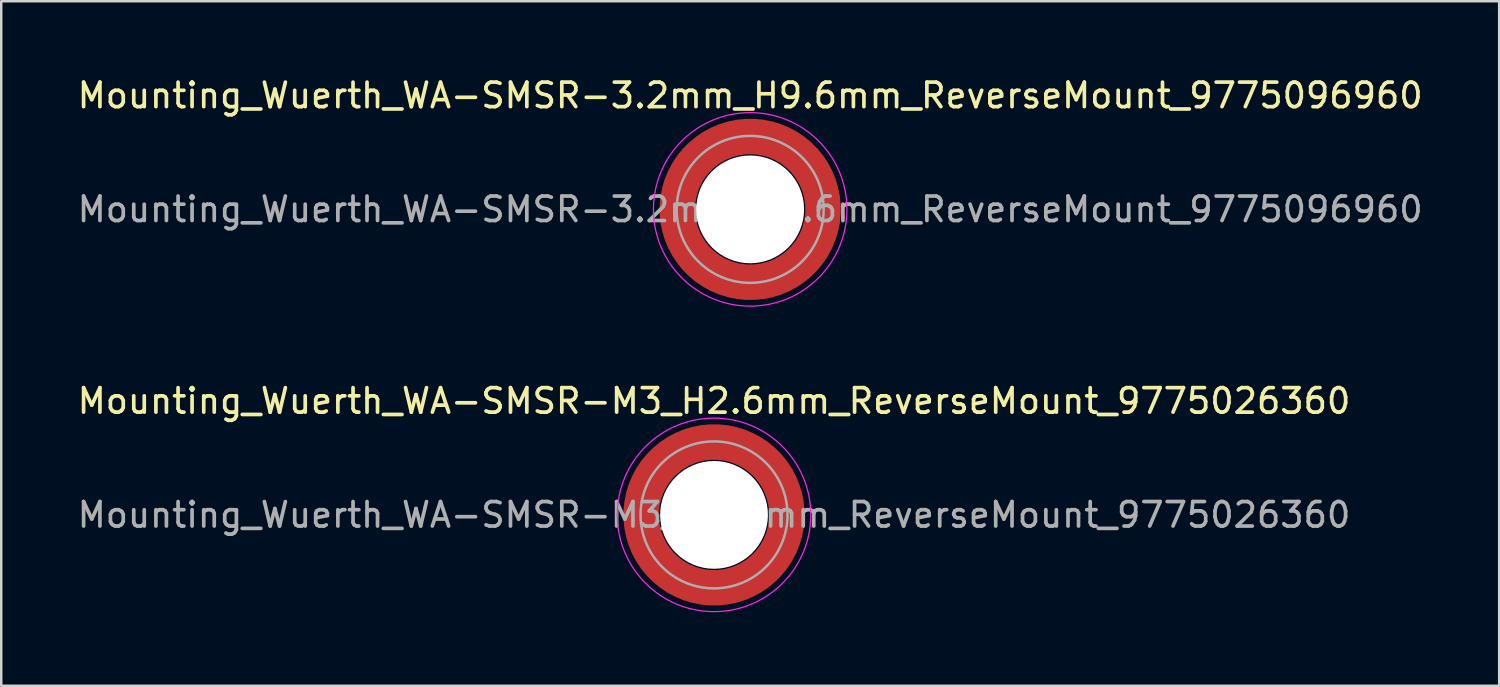
<source format=kicad_pcb>
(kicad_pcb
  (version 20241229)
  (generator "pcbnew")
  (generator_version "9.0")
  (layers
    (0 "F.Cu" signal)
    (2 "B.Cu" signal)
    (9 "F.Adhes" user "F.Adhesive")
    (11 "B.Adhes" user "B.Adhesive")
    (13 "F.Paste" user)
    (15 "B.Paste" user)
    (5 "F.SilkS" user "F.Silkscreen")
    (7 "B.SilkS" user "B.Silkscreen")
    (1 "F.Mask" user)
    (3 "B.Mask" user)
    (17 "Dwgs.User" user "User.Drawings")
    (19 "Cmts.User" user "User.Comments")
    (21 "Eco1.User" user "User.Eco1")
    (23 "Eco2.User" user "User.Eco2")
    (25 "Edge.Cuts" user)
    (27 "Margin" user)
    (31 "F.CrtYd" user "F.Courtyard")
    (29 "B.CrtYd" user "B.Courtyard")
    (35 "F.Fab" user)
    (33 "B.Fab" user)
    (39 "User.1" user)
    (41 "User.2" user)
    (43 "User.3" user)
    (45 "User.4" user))
  (footprint "Mounting_Wuerth_WA-SMSR-3.2mm_H9.6mm_ReverseMount_9775096960"
    (layer "F.Cu")
    (at 27.577 5.498)
    (property "Reference" "Mounting_Wuerth_WA-SMSR-3.2mm_H9.6mm_ReverseMount_9775096960" (at 0 -4.65 0) (layer "F.SilkS") (effects (font (size 1 1) (thickness 0.15))))
    (attr smd)
    (fp_circle (center 0 0) (end 3.95 0) (stroke (width 0.05) (type solid)) (fill no) (layer "F.CrtYd"))
    (fp_circle (center 0 0) (end 3 0) (stroke (width 0.1) (type solid)) (fill no) (layer "F.Fab"))
    (fp_text user "${REFERENCE}" (at 0 0 0) (layer "F.Fab") (effects (font (size 1 1) (thickness 0.15))))
    (pad "" smd custom (at -2.095 -2.095) (size 0.945 0.945) (layers "F.Paste") (options (anchor circle)) (primitives (gr_arc (start -0.24231 1.594804) (mid 0.404104 0.405534) (end 1.592827 -0.241886) (width 0.2)) (gr_arc (start -0.3398 1.594804) (mid 0.335987 0.338711) (end 1.591031 -0.339022) (width 0.2)) (gr_arc (start -0.437132 1.594804) (mid 0.268952 0.270807) (end 1.592231 -0.436623) (width 0.2)) (gr_arc (start -0.534324 1.594804) (mid 0.201345 0.203474) (end 1.591846 -0.53376) (width 0.2)) (gr_arc (start -0.631391 1.594804) (mid 0.134696 0.135183) (end 1.594126 -0.631267) (width 0.2)) (gr_arc (start -0.728345 1.594804) (mid 0.067234 0.067705) (end 1.594149 -0.728229) (width 0.2)) (gr_arc (start -0.825197 1.594804) (mid -0.001218 0.001219) (end 1.591408 -0.824614) (width 0.2)) (gr_arc (start -0.921958 1.594804) (mid -0.068952 -0.065985) (end 1.590665 -0.921269) (width 0.2)) (gr_arc (start -1.018637 1.594804) (mid -0.135972 -0.133906) (end 1.59192 -1.018172) (width 0.2)) (gr_arc (start -1.115239 1.594804) (mid -0.20428 -0.200537) (end 1.589574 -1.11442) (width 0.2)) (gr_arc (start -1.211773 1.594804) (mid -0.26993 -0.269828) (end 1.594662 -1.211752) (width 0.2)) (gr_arc (start -1.308244 1.594804) (mid -0.33911 -0.335587) (end 1.589875 -1.307516) (width 0.2)) (gr_arc (start -1.404657 1.594804) (mid -0.405633 -0.404004) (end 1.592524 -1.404331) (width 0.2)) (gr_arc (start -1.404657 1.594804) (mid -0.405633 -0.404004) (end 1.592524 -1.404331) (width 0.2)) (gr_line (start 1.595 -0.242) (end 1.595 -1.405) (width 0.2)) (gr_line (start -0.242 1.595) (end -1.405 1.595) (width 0.2))))
    (pad "" smd custom (at -2.095 2.095) (size 0.945 0.945) (layers "F.Paste") (options (anchor circle)) (primitives (gr_arc (start 1.594804 0.24231) (mid 0.405534 -0.404104) (end -0.241886 -1.592827) (width 0.2)) (gr_arc (start 1.594804 0.3398) (mid 0.338711 -0.335987) (end -0.339022 -1.591031) (width 0.2)) (gr_arc (start 1.594804 0.437132) (mid 0.270807 -0.268952) (end -0.436623 -1.592231) (width 0.2)) (gr_arc (start 1.594804 0.534324) (mid 0.203474 -0.201345) (end -0.53376 -1.591846) (width 0.2)) (gr_arc (start 1.594804 0.631391) (mid 0.135183 -0.134696) (end -0.631267 -1.594126) (width 0.2)) (gr_arc (start 1.594804 0.728345) (mid 0.067705 -0.067234) (end -0.728229 -1.594149) (width 0.2)) (gr_arc (start 1.594804 0.825197) (mid 0.001219 0.001218) (end -0.824614 -1.591408) (width 0.2)) (gr_arc (start 1.594804 0.921958) (mid -0.065985 0.068952) (end -0.921269 -1.590665) (width 0.2)) (gr_arc (start 1.594804 1.018637) (mid -0.133906 0.135972) (end -1.018172 -1.59192) (width 0.2)) (gr_arc (start 1.594804 1.115239) (mid -0.200537 0.20428) (end -1.11442 -1.589574) (width 0.2)) (gr_arc (start 1.594804 1.211773) (mid -0.269828 0.26993) (end -1.211752 -1.594662) (width 0.2)) (gr_arc (start 1.594804 1.308244) (mid -0.335587 0.33911) (end -1.307516 -1.589875) (width 0.2)) (gr_arc (start 1.594804 1.404657) (mid -0.404004 0.405633) (end -1.404331 -1.592524) (width 0.2)) (gr_arc (start 1.594804 1.404657) (mid -0.404004 0.405633) (end -1.404331 -1.592524) (width 0.2)) (gr_line (start -0.242 -1.595) (end -1.405 -1.595) (width 0.2)) (gr_line (start 1.595 0.242) (end 1.595 1.405) (width 0.2))))
    (pad "" np_thru_hole circle (at 0 0) (size 4.4 4.4) (drill 4.4) (layers "*.Cu" "*.Mask"))
    (pad "" smd custom (at 2.095 -2.095) (size 0.945 0.945) (layers "F.Paste") (options (anchor circle)) (primitives (gr_arc (start -1.594804 -0.24231) (mid -0.405534 0.404104) (end 0.241886 1.592827) (width 0.2)) (gr_arc (start -1.594804 -0.3398) (mid -0.338711 0.335987) (end 0.339022 1.591031) (width 0.2)) (gr_arc (start -1.594804 -0.437132) (mid -0.270807 0.268952) (end 0.436623 1.592231) (width 0.2)) (gr_arc (start -1.594804 -0.534324) (mid -0.203474 0.201345) (end 0.53376 1.591846) (width 0.2)) (gr_arc (start -1.594804 -0.631391) (mid -0.135183 0.134696) (end 0.631267 1.594126) (width 0.2)) (gr_arc (start -1.594804 -0.728345) (mid -0.067705 0.067234) (end 0.728229 1.594149) (width 0.2)) (gr_arc (start -1.594804 -0.825197) (mid -0.001219 -0.001218) (end 0.824614 1.591408) (width 0.2)) (gr_arc (start -1.594804 -0.921958) (mid 0.065985 -0.068952) (end 0.921269 1.590665) (width 0.2)) (gr_arc (start -1.594804 -1.018637) (mid 0.133906 -0.135972) (end 1.018172 1.59192) (width 0.2)) (gr_arc (start -1.594804 -1.115239) (mid 0.200537 -0.20428) (end 1.11442 1.589574) (width 0.2)) (gr_arc (start -1.594804 -1.211773) (mid 0.269828 -0.26993) (end 1.211752 1.594662) (width 0.2)) (gr_arc (start -1.594804 -1.308244) (mid 0.335587 -0.33911) (end 1.307516 1.589875) (width 0.2)) (gr_arc (start -1.594804 -1.404657) (mid 0.404004 -0.405633) (end 1.404331 1.592524) (width 0.2)) (gr_arc (start -1.594804 -1.404657) (mid 0.404004 -0.405633) (end 1.404331 1.592524) (width 0.2)) (gr_line (start 0.242 1.595) (end 1.405 1.595) (width 0.2)) (gr_line (start -1.595 -0.242) (end -1.595 -1.405) (width 0.2))))
    (pad "" smd custom (at 2.095 2.095) (size 0.945 0.945) (layers "F.Paste") (options (anchor circle)) (primitives (gr_arc (start 0.24231 -1.594804) (mid -0.404104 -0.405534) (end -1.592827 0.241886) (width 0.2)) (gr_arc (start 0.3398 -1.594804) (mid -0.335987 -0.338711) (end -1.591031 0.339022) (width 0.2)) (gr_arc (start 0.437132 -1.594804) (mid -0.268952 -0.270807) (end -1.592231 0.436623) (width 0.2)) (gr_arc (start 0.534324 -1.594804) (mid -0.201345 -0.203474) (end -1.591846 0.53376) (width 0.2)) (gr_arc (start 0.631391 -1.594804) (mid -0.134696 -0.135183) (end -1.594126 0.631267) (width 0.2)) (gr_arc (start 0.728345 -1.594804) (mid -0.067234 -0.067705) (end -1.594149 0.728229) (width 0.2)) (gr_arc (start 0.825197 -1.594804) (mid 0.001218 -0.001219) (end -1.591408 0.824614) (width 0.2)) (gr_arc (start 0.921958 -1.594804) (mid 0.068952 0.065985) (end -1.590665 0.921269) (width 0.2)) (gr_arc (start 1.018637 -1.594804) (mid 0.135972 0.133906) (end -1.59192 1.018172) (width 0.2)) (gr_arc (start 1.115239 -1.594804) (mid 0.20428 0.200537) (end -1.589574 1.11442) (width 0.2)) (gr_arc (start 1.211773 -1.594804) (mid 0.26993 0.269828) (end -1.594662 1.211752) (width 0.2)) (gr_arc (start 1.308244 -1.594804) (mid 0.33911 0.335587) (end -1.589875 1.307516) (width 0.2)) (gr_arc (start 1.404657 -1.594804) (mid 0.405633 0.404004) (end -1.592524 1.404331) (width 0.2)) (gr_arc (start 1.404657 -1.594804) (mid 0.405633 0.404004) (end -1.592524 1.404331) (width 0.2)) (gr_line (start -1.595 0.242) (end -1.595 1.405) (width 0.2)) (gr_line (start 0.242 -1.595) (end 1.405 -1.595) (width 0.2))))
    (pad "1" smd circle (at -2.975 0) (size 1.05 1.05) (layers "F.Cu"))
    (pad "1" smd circle (at 0 -2.975) (size 1.05 1.05) (layers "F.Cu"))
    (pad "1" smd circle (at 0 2.975) (size 1.05 1.05) (layers "F.Cu"))
    (pad "1" smd custom (at 2.975 0) (size 1.05 1.05) (layers "F.Cu" "F.Mask") (options (anchor circle)) (primitives (gr_circle (center -2.975 0) (end 0 0) (width 1.45) (fill no)))))
  (footprint "Mounting_Wuerth_WA-SMSR-M3_H2.6mm_ReverseMount_9775026360"
    (layer "F.Cu")
    (at 26.101 17.971)
    (property "Reference" "Mounting_Wuerth_WA-SMSR-M3_H2.6mm_ReverseMount_9775026360" (at 0 -4.65 0) (layer "F.SilkS") (effects (font (size 1 1) (thickness 0.15))))
    (attr smd)
    (fp_circle (center 0 0) (end 3.95 0) (stroke (width 0.05) (type solid)) (fill no) (layer "F.CrtYd"))
    (fp_circle (center 0 0) (end 3 0) (stroke (width 0.1) (type solid)) (fill no) (layer "F.Fab"))
    (fp_text user "${REFERENCE}" (at 0 0 0) (layer "F.Fab") (effects (font (size 1 1) (thickness 0.15))))
    (pad "" smd custom (at -2.095 -2.095) (size 0.945 0.945) (layers "F.Paste") (options (anchor circle)) (primitives (gr_arc (start -0.24231 1.594804) (mid 0.404104 0.405534) (end 1.592827 -0.241886) (width 0.2)) (gr_arc (start -0.3398 1.594804) (mid 0.335987 0.338711) (end 1.591031 -0.339022) (width 0.2)) (gr_arc (start -0.437132 1.594804) (mid 0.268952 0.270807) (end 1.592231 -0.436623) (width 0.2)) (gr_arc (start -0.534324 1.594804) (mid 0.201345 0.203474) (end 1.591846 -0.53376) (width 0.2)) (gr_arc (start -0.631391 1.594804) (mid 0.134696 0.135183) (end 1.594126 -0.631267) (width 0.2)) (gr_arc (start -0.728345 1.594804) (mid 0.067234 0.067705) (end 1.594149 -0.728229) (width 0.2)) (gr_arc (start -0.825197 1.594804) (mid -0.001218 0.001219) (end 1.591408 -0.824614) (width 0.2)) (gr_arc (start -0.921958 1.594804) (mid -0.068952 -0.065985) (end 1.590665 -0.921269) (width 0.2)) (gr_arc (start -1.018637 1.594804) (mid -0.135972 -0.133906) (end 1.59192 -1.018172) (width 0.2)) (gr_arc (start -1.115239 1.594804) (mid -0.20428 -0.200537) (end 1.589574 -1.11442) (width 0.2)) (gr_arc (start -1.211773 1.594804) (mid -0.26993 -0.269828) (end 1.594662 -1.211752) (width 0.2)) (gr_arc (start -1.308244 1.594804) (mid -0.33911 -0.335587) (end 1.589875 -1.307516) (width 0.2)) (gr_arc (start -1.404657 1.594804) (mid -0.405633 -0.404004) (end 1.592524 -1.404331) (width 0.2)) (gr_arc (start -1.404657 1.594804) (mid -0.405633 -0.404004) (end 1.592524 -1.404331) (width 0.2)) (gr_line (start 1.595 -0.242) (end 1.595 -1.405) (width 0.2)) (gr_line (start -0.242 1.595) (end -1.405 1.595) (width 0.2))))
    (pad "" smd custom (at -2.095 2.095) (size 0.945 0.945) (layers "F.Paste") (options (anchor circle)) (primitives (gr_arc (start 1.594804 0.24231) (mid 0.405534 -0.404104) (end -0.241886 -1.592827) (width 0.2)) (gr_arc (start 1.594804 0.3398) (mid 0.338711 -0.335987) (end -0.339022 -1.591031) (width 0.2)) (gr_arc (start 1.594804 0.437132) (mid 0.270807 -0.268952) (end -0.436623 -1.592231) (width 0.2)) (gr_arc (start 1.594804 0.534324) (mid 0.203474 -0.201345) (end -0.53376 -1.591846) (width 0.2)) (gr_arc (start 1.594804 0.631391) (mid 0.135183 -0.134696) (end -0.631267 -1.594126) (width 0.2)) (gr_arc (start 1.594804 0.728345) (mid 0.067705 -0.067234) (end -0.728229 -1.594149) (width 0.2)) (gr_arc (start 1.594804 0.825197) (mid 0.001219 0.001218) (end -0.824614 -1.591408) (width 0.2)) (gr_arc (start 1.594804 0.921958) (mid -0.065985 0.068952) (end -0.921269 -1.590665) (width 0.2)) (gr_arc (start 1.594804 1.018637) (mid -0.133906 0.135972) (end -1.018172 -1.59192) (width 0.2)) (gr_arc (start 1.594804 1.115239) (mid -0.200537 0.20428) (end -1.11442 -1.589574) (width 0.2)) (gr_arc (start 1.594804 1.211773) (mid -0.269828 0.26993) (end -1.211752 -1.594662) (width 0.2)) (gr_arc (start 1.594804 1.308244) (mid -0.335587 0.33911) (end -1.307516 -1.589875) (width 0.2)) (gr_arc (start 1.594804 1.404657) (mid -0.404004 0.405633) (end -1.404331 -1.592524) (width 0.2)) (gr_arc (start 1.594804 1.404657) (mid -0.404004 0.405633) (end -1.404331 -1.592524) (width 0.2)) (gr_line (start -0.242 -1.595) (end -1.405 -1.595) (width 0.2)) (gr_line (start 1.595 0.242) (end 1.595 1.405) (width 0.2))))
    (pad "" np_thru_hole circle (at 0 0) (size 4.4 4.4) (drill 4.4) (layers "*.Cu" "*.Mask"))
    (pad "" smd custom (at 2.095 -2.095) (size 0.945 0.945) (layers "F.Paste") (options (anchor circle)) (primitives (gr_arc (start -1.594804 -0.24231) (mid -0.405534 0.404104) (end 0.241886 1.592827) (width 0.2)) (gr_arc (start -1.594804 -0.3398) (mid -0.338711 0.335987) (end 0.339022 1.591031) (width 0.2)) (gr_arc (start -1.594804 -0.437132) (mid -0.270807 0.268952) (end 0.436623 1.592231) (width 0.2)) (gr_arc (start -1.594804 -0.534324) (mid -0.203474 0.201345) (end 0.53376 1.591846) (width 0.2)) (gr_arc (start -1.594804 -0.631391) (mid -0.135183 0.134696) (end 0.631267 1.594126) (width 0.2)) (gr_arc (start -1.594804 -0.728345) (mid -0.067705 0.067234) (end 0.728229 1.594149) (width 0.2)) (gr_arc (start -1.594804 -0.825197) (mid -0.001219 -0.001218) (end 0.824614 1.591408) (width 0.2)) (gr_arc (start -1.594804 -0.921958) (mid 0.065985 -0.068952) (end 0.921269 1.590665) (width 0.2)) (gr_arc (start -1.594804 -1.018637) (mid 0.133906 -0.135972) (end 1.018172 1.59192) (width 0.2)) (gr_arc (start -1.594804 -1.115239) (mid 0.200537 -0.20428) (end 1.11442 1.589574) (width 0.2)) (gr_arc (start -1.594804 -1.211773) (mid 0.269828 -0.26993) (end 1.211752 1.594662) (width 0.2)) (gr_arc (start -1.594804 -1.308244) (mid 0.335587 -0.33911) (end 1.307516 1.589875) (width 0.2)) (gr_arc (start -1.594804 -1.404657) (mid 0.404004 -0.405633) (end 1.404331 1.592524) (width 0.2)) (gr_arc (start -1.594804 -1.404657) (mid 0.404004 -0.405633) (end 1.404331 1.592524) (width 0.2)) (gr_line (start 0.242 1.595) (end 1.405 1.595) (width 0.2)) (gr_line (start -1.595 -0.242) (end -1.595 -1.405) (width 0.2))))
    (pad "" smd custom (at 2.095 2.095) (size 0.945 0.945) (layers "F.Paste") (options (anchor circle)) (primitives (gr_arc (start 0.24231 -1.594804) (mid -0.404104 -0.405534) (end -1.592827 0.241886) (width 0.2)) (gr_arc (start 0.3398 -1.594804) (mid -0.335987 -0.338711) (end -1.591031 0.339022) (width 0.2)) (gr_arc (start 0.437132 -1.594804) (mid -0.268952 -0.270807) (end -1.592231 0.436623) (width 0.2)) (gr_arc (start 0.534324 -1.594804) (mid -0.201345 -0.203474) (end -1.591846 0.53376) (width 0.2)) (gr_arc (start 0.631391 -1.594804) (mid -0.134696 -0.135183) (end -1.594126 0.631267) (width 0.2)) (gr_arc (start 0.728345 -1.594804) (mid -0.067234 -0.067705) (end -1.594149 0.728229) (width 0.2)) (gr_arc (start 0.825197 -1.594804) (mid 0.001218 -0.001219) (end -1.591408 0.824614) (width 0.2)) (gr_arc (start 0.921958 -1.594804) (mid 0.068952 0.065985) (end -1.590665 0.921269) (width 0.2)) (gr_arc (start 1.018637 -1.594804) (mid 0.135972 0.133906) (end -1.59192 1.018172) (width 0.2)) (gr_arc (start 1.115239 -1.594804) (mid 0.20428 0.200537) (end -1.589574 1.11442) (width 0.2)) (gr_arc (start 1.211773 -1.594804) (mid 0.26993 0.269828) (end -1.594662 1.211752) (width 0.2)) (gr_arc (start 1.308244 -1.594804) (mid 0.33911 0.335587) (end -1.589875 1.307516) (width 0.2)) (gr_arc (start 1.404657 -1.594804) (mid 0.405633 0.404004) (end -1.592524 1.404331) (width 0.2)) (gr_arc (start 1.404657 -1.594804) (mid 0.405633 0.404004) (end -1.592524 1.404331) (width 0.2)) (gr_line (start -1.595 0.242) (end -1.595 1.405) (width 0.2)) (gr_line (start 0.242 -1.595) (end 1.405 -1.595) (width 0.2))))
    (pad "1" smd circle (at -2.975 0) (size 1.05 1.05) (layers "F.Cu"))
    (pad "1" smd circle (at 0 -2.975) (size 1.05 1.05) (layers "F.Cu"))
    (pad "1" smd circle (at 0 2.975) (size 1.05 1.05) (layers "F.Cu"))
    (pad "1" smd custom (at 2.975 0) (size 1.05 1.05) (layers "F.Cu" "F.Mask") (options (anchor circle)) (primitives (gr_circle (center -2.975 0) (end 0 0) (width 1.45) (fill no)))))
  (gr_rect
    (start -3 -3)
    (end 58.155 24.947)
    (stroke (width 0.1) (type default))
    (fill no)
    (layer "Edge.Cuts")))
</source>
